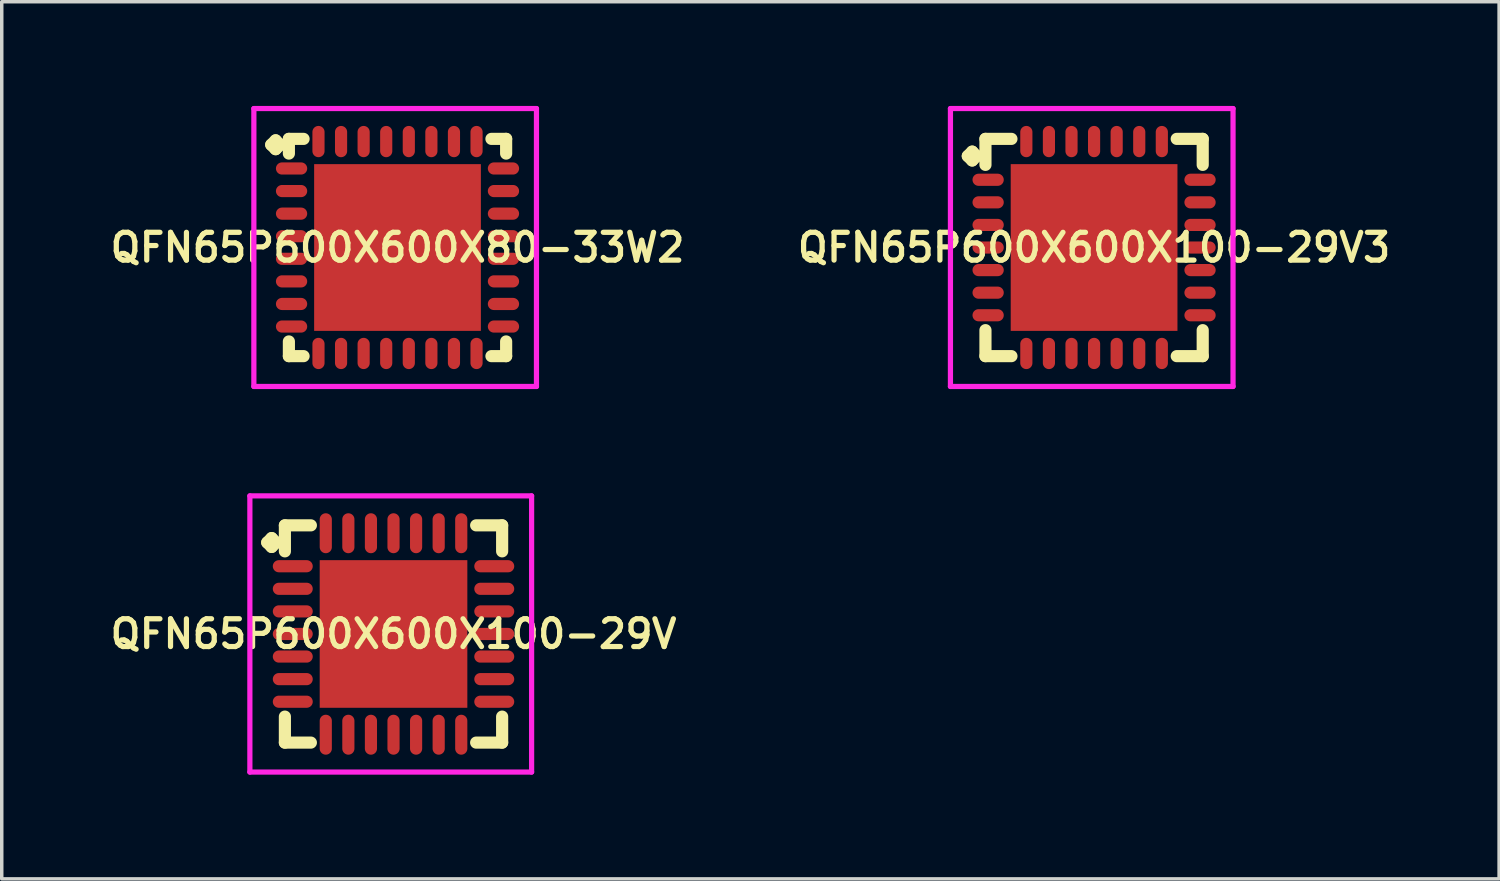
<source format=kicad_pcb>
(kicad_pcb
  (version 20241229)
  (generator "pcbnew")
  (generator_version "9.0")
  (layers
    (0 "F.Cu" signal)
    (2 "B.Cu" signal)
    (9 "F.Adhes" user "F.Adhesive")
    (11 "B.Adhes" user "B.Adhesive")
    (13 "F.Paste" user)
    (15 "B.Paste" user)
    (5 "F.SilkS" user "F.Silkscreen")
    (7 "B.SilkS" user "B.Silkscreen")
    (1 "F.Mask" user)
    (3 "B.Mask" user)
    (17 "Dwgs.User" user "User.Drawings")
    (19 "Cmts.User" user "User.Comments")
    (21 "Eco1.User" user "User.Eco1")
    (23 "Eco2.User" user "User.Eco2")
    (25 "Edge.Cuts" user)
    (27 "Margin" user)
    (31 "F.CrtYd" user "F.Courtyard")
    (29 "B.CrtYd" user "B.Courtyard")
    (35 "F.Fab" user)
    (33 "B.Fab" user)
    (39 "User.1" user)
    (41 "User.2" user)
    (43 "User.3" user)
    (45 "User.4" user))
  (footprint "QFN65P600X600X100-29V"
    (layer "F.Cu")
    (at 8.278 15.2)
    (property "Reference" "QFN65P600X600X100-29V" (at 0 0 0) (layer "F.SilkS") (effects (font (size 0.8 0.8) (thickness 0.15))))
    (attr smd)
    (fp_line (start -3.635 -2.633) (end -3.508 -2.76) (stroke (width 0.35) (type solid)) (layer "F.SilkS"))
    (fp_line (start -3.508 -2.76) (end -3.381 -2.633) (stroke (width 0.35) (type solid)) (layer "F.SilkS"))
    (fp_line (start -3.508 -2.506) (end -3.635 -2.633) (stroke (width 0.35) (type solid)) (layer "F.SilkS"))
    (fp_line (start -3.381 -2.633) (end -3.508 -2.506) (stroke (width 0.35) (type solid)) (layer "F.SilkS"))
    (fp_line (start -3.127 -3.127) (end -2.379 -3.127) (stroke (width 0.35) (type solid)) (layer "F.SilkS"))
    (fp_line (start -3.127 -2.379) (end -3.127 -3.127) (stroke (width 0.35) (type solid)) (layer "F.SilkS"))
    (fp_line (start -3.127 2.379) (end -3.127 3.127) (stroke (width 0.35) (type solid)) (layer "F.SilkS"))
    (fp_line (start -3.127 3.127) (end -2.379 3.127) (stroke (width 0.35) (type solid)) (layer "F.SilkS"))
    (fp_line (start 2.379 -3.127) (end 3.127 -3.127) (stroke (width 0.35) (type solid)) (layer "F.SilkS"))
    (fp_line (start 2.379 3.127) (end 3.127 3.127) (stroke (width 0.35) (type solid)) (layer "F.SilkS"))
    (fp_line (start 3.127 -3.127) (end 3.127 -2.379) (stroke (width 0.35) (type solid)) (layer "F.SilkS"))
    (fp_line (start 3.127 3.127) (end 3.127 2.379) (stroke (width 0.35) (type solid)) (layer "F.SilkS"))
    (fp_line (start -4.135 -3.975) (end 3.975 -3.975) (stroke (width 0.15) (type solid)) (layer "F.CrtYd"))
    (fp_line (start -4.135 3.975) (end -4.135 -3.975) (stroke (width 0.15) (type solid)) (layer "F.CrtYd"))
    (fp_line (start 3.975 -3.975) (end 3.975 3.975) (stroke (width 0.15) (type solid)) (layer "F.CrtYd"))
    (fp_line (start 3.975 3.975) (end -4.135 3.975) (stroke (width 0.15) (type solid)) (layer "F.CrtYd"))
    (pad "1" smd oval (at -2.9 -1.95) (size 1.15 0.35) (layers "F.Cu" "F.Mask" "F.Paste"))
    (pad "2" smd oval (at -2.9 -1.3) (size 1.15 0.35) (layers "F.Cu" "F.Mask" "F.Paste"))
    (pad "3" smd oval (at -2.9 -0.65) (size 1.15 0.35) (layers "F.Cu" "F.Mask" "F.Paste"))
    (pad "4" smd oval (at -2.9 0) (size 1.15 0.35) (layers "F.Cu" "F.Mask" "F.Paste"))
    (pad "5" smd oval (at -2.9 0.65) (size 1.15 0.35) (layers "F.Cu" "F.Mask" "F.Paste"))
    (pad "6" smd oval (at -2.9 1.3) (size 1.15 0.35) (layers "F.Cu" "F.Mask" "F.Paste"))
    (pad "7" smd oval (at -2.9 1.95) (size 1.15 0.35) (layers "F.Cu" "F.Mask" "F.Paste"))
    (pad "8" smd oval (at -1.95 2.9) (size 0.35 1.15) (layers "F.Cu" "F.Mask" "F.Paste"))
    (pad "9" smd oval (at -1.3 2.9) (size 0.35 1.15) (layers "F.Cu" "F.Mask" "F.Paste"))
    (pad "10" smd oval (at -0.65 2.9) (size 0.35 1.15) (layers "F.Cu" "F.Mask" "F.Paste"))
    (pad "11" smd oval (at 0 2.9) (size 0.35 1.15) (layers "F.Cu" "F.Mask" "F.Paste"))
    (pad "12" smd oval (at 0.65 2.9) (size 0.35 1.15) (layers "F.Cu" "F.Mask" "F.Paste"))
    (pad "13" smd oval (at 1.3 2.9) (size 0.35 1.15) (layers "F.Cu" "F.Mask" "F.Paste"))
    (pad "14" smd oval (at 1.95 2.9) (size 0.35 1.15) (layers "F.Cu" "F.Mask" "F.Paste"))
    (pad "15" smd oval (at 2.9 1.95) (size 1.15 0.35) (layers "F.Cu" "F.Mask" "F.Paste"))
    (pad "16" smd oval (at 2.9 1.3) (size 1.15 0.35) (layers "F.Cu" "F.Mask" "F.Paste"))
    (pad "17" smd oval (at 2.9 0.65) (size 1.15 0.35) (layers "F.Cu" "F.Mask" "F.Paste"))
    (pad "18" smd oval (at 2.9 0) (size 1.15 0.35) (layers "F.Cu" "F.Mask" "F.Paste"))
    (pad "19" smd oval (at 2.9 -0.65) (size 1.15 0.35) (layers "F.Cu" "F.Mask" "F.Paste"))
    (pad "20" smd oval (at 2.9 -1.3) (size 1.15 0.35) (layers "F.Cu" "F.Mask" "F.Paste"))
    (pad "21" smd oval (at 2.9 -1.95) (size 1.15 0.35) (layers "F.Cu" "F.Mask" "F.Paste"))
    (pad "22" smd oval (at 1.95 -2.9) (size 0.35 1.15) (layers "F.Cu" "F.Mask" "F.Paste"))
    (pad "23" smd oval (at 1.3 -2.9) (size 0.35 1.15) (layers "F.Cu" "F.Mask" "F.Paste"))
    (pad "24" smd oval (at 0.65 -2.9) (size 0.35 1.15) (layers "F.Cu" "F.Mask" "F.Paste"))
    (pad "25" smd oval (at 0 -2.9) (size 0.35 1.15) (layers "F.Cu" "F.Mask" "F.Paste"))
    (pad "26" smd oval (at -0.65 -2.9) (size 0.35 1.15) (layers "F.Cu" "F.Mask" "F.Paste"))
    (pad "27" smd oval (at -1.3 -2.9) (size 0.35 1.15) (layers "F.Cu" "F.Mask" "F.Paste"))
    (pad "28" smd oval (at -1.95 -2.9) (size 0.35 1.15) (layers "F.Cu" "F.Mask" "F.Paste"))
    (pad "29" smd rect (at 0 0) (size 4.25 4.25) (layers "F.Cu" "F.Mask" "F.Paste")))
  (footprint "QFN65P600X600X80-33W2"
    (layer "F.Cu")
    (at 8.393 4.075)
    (property "Reference" "QFN65P600X600X80-33W2" (at 0 0 0) (layer "F.SilkS") (effects (font (size 0.8 0.8) (thickness 0.15))))
    (attr smd)
    (fp_line (start -3.635 -2.958) (end -3.508 -3.085) (stroke (width 0.35) (type solid)) (layer "F.SilkS"))
    (fp_line (start -3.508 -3.085) (end -3.381 -2.958) (stroke (width 0.35) (type solid)) (layer "F.SilkS"))
    (fp_line (start -3.508 -2.831) (end -3.635 -2.958) (stroke (width 0.35) (type solid)) (layer "F.SilkS"))
    (fp_line (start -3.381 -2.958) (end -3.508 -2.831) (stroke (width 0.35) (type solid)) (layer "F.SilkS"))
    (fp_line (start -3.127 -3.127) (end -2.704 -3.127) (stroke (width 0.35) (type solid)) (layer "F.SilkS"))
    (fp_line (start -3.127 -2.704) (end -3.127 -3.127) (stroke (width 0.35) (type solid)) (layer "F.SilkS"))
    (fp_line (start -3.127 2.704) (end -3.127 3.127) (stroke (width 0.35) (type solid)) (layer "F.SilkS"))
    (fp_line (start -3.127 3.127) (end -2.704 3.127) (stroke (width 0.35) (type solid)) (layer "F.SilkS"))
    (fp_line (start 2.704 -3.127) (end 3.127 -3.127) (stroke (width 0.35) (type solid)) (layer "F.SilkS"))
    (fp_line (start 2.704 3.127) (end 3.127 3.127) (stroke (width 0.35) (type solid)) (layer "F.SilkS"))
    (fp_line (start 3.127 -3.127) (end 3.127 -2.704) (stroke (width 0.35) (type solid)) (layer "F.SilkS"))
    (fp_line (start 3.127 3.127) (end 3.127 2.704) (stroke (width 0.35) (type solid)) (layer "F.SilkS"))
    (fp_line (start -4.135 -4) (end 4 -4) (stroke (width 0.15) (type solid)) (layer "F.CrtYd"))
    (fp_line (start -4.135 4) (end -4.135 -4) (stroke (width 0.15) (type solid)) (layer "F.CrtYd"))
    (fp_line (start 4 -4) (end 4 4) (stroke (width 0.15) (type solid)) (layer "F.CrtYd"))
    (fp_line (start 4 4) (end -4.135 4) (stroke (width 0.15) (type solid)) (layer "F.CrtYd"))
    (pad "1" smd oval (at -3.05 -2.275) (size 0.9 0.35) (layers "F.Cu" "F.Mask" "F.Paste"))
    (pad "2" smd oval (at -3.05 -1.625) (size 0.9 0.35) (layers "F.Cu" "F.Mask" "F.Paste"))
    (pad "3" smd oval (at -3.05 -0.975) (size 0.9 0.35) (layers "F.Cu" "F.Mask" "F.Paste"))
    (pad "4" smd oval (at -3.05 -0.325) (size 0.9 0.35) (layers "F.Cu" "F.Mask" "F.Paste"))
    (pad "5" smd oval (at -3.05 0.325) (size 0.9 0.35) (layers "F.Cu" "F.Mask" "F.Paste"))
    (pad "6" smd oval (at -3.05 0.975) (size 0.9 0.35) (layers "F.Cu" "F.Mask" "F.Paste"))
    (pad "7" smd oval (at -3.05 1.625) (size 0.9 0.35) (layers "F.Cu" "F.Mask" "F.Paste"))
    (pad "8" smd oval (at -3.05 2.275) (size 0.9 0.35) (layers "F.Cu" "F.Mask" "F.Paste"))
    (pad "9" smd oval (at -2.275 3.05) (size 0.35 0.9) (layers "F.Cu" "F.Mask" "F.Paste"))
    (pad "10" smd oval (at -1.625 3.05) (size 0.35 0.9) (layers "F.Cu" "F.Mask" "F.Paste"))
    (pad "11" smd oval (at -0.975 3.05) (size 0.35 0.9) (layers "F.Cu" "F.Mask" "F.Paste"))
    (pad "12" smd oval (at -0.325 3.05) (size 0.35 0.9) (layers "F.Cu" "F.Mask" "F.Paste"))
    (pad "13" smd oval (at 0.325 3.05) (size 0.35 0.9) (layers "F.Cu" "F.Mask" "F.Paste"))
    (pad "14" smd oval (at 0.975 3.05) (size 0.35 0.9) (layers "F.Cu" "F.Mask" "F.Paste"))
    (pad "15" smd oval (at 1.625 3.05) (size 0.35 0.9) (layers "F.Cu" "F.Mask" "F.Paste"))
    (pad "16" smd oval (at 2.275 3.05) (size 0.35 0.9) (layers "F.Cu" "F.Mask" "F.Paste"))
    (pad "17" smd oval (at 3.05 2.275) (size 0.9 0.35) (layers "F.Cu" "F.Mask" "F.Paste"))
    (pad "18" smd oval (at 3.05 1.625) (size 0.9 0.35) (layers "F.Cu" "F.Mask" "F.Paste"))
    (pad "19" smd oval (at 3.05 0.975) (size 0.9 0.35) (layers "F.Cu" "F.Mask" "F.Paste"))
    (pad "20" smd oval (at 3.05 0.325) (size 0.9 0.35) (layers "F.Cu" "F.Mask" "F.Paste"))
    (pad "21" smd oval (at 3.05 -0.325) (size 0.9 0.35) (layers "F.Cu" "F.Mask" "F.Paste"))
    (pad "22" smd oval (at 3.05 -0.975) (size 0.9 0.35) (layers "F.Cu" "F.Mask" "F.Paste"))
    (pad "23" smd oval (at 3.05 -1.625) (size 0.9 0.35) (layers "F.Cu" "F.Mask" "F.Paste"))
    (pad "24" smd oval (at 3.05 -2.275) (size 0.9 0.35) (layers "F.Cu" "F.Mask" "F.Paste"))
    (pad "25" smd oval (at 2.275 -3.05) (size 0.35 0.9) (layers "F.Cu" "F.Mask" "F.Paste"))
    (pad "26" smd oval (at 1.625 -3.05) (size 0.35 0.9) (layers "F.Cu" "F.Mask" "F.Paste"))
    (pad "27" smd oval (at 0.975 -3.05) (size 0.35 0.9) (layers "F.Cu" "F.Mask" "F.Paste"))
    (pad "28" smd oval (at 0.325 -3.05) (size 0.35 0.9) (layers "F.Cu" "F.Mask" "F.Paste"))
    (pad "29" smd oval (at -0.325 -3.05) (size 0.35 0.9) (layers "F.Cu" "F.Mask" "F.Paste"))
    (pad "30" smd oval (at -0.975 -3.05) (size 0.35 0.9) (layers "F.Cu" "F.Mask" "F.Paste"))
    (pad "31" smd oval (at -1.625 -3.05) (size 0.35 0.9) (layers "F.Cu" "F.Mask" "F.Paste"))
    (pad "32" smd oval (at -2.275 -3.05) (size 0.35 0.9) (layers "F.Cu" "F.Mask" "F.Paste"))
    (pad "33" smd rect (at 0 0) (size 4.8 4.8) (layers "F.Cu" "F.Mask" "F.Paste")))
  (footprint "QFN65P600X600X100-29V3"
    (layer "F.Cu")
    (at 28.445 4.075)
    (property "Reference" "QFN65P600X600X100-29V3" (at 0 0 0) (layer "F.SilkS") (effects (font (size 0.8 0.8) (thickness 0.15))))
    (attr smd)
    (fp_line (start -3.635 -2.633) (end -3.508 -2.76) (stroke (width 0.35) (type solid)) (layer "F.SilkS"))
    (fp_line (start -3.508 -2.76) (end -3.381 -2.633) (stroke (width 0.35) (type solid)) (layer "F.SilkS"))
    (fp_line (start -3.508 -2.506) (end -3.635 -2.633) (stroke (width 0.35) (type solid)) (layer "F.SilkS"))
    (fp_line (start -3.381 -2.633) (end -3.508 -2.506) (stroke (width 0.35) (type solid)) (layer "F.SilkS"))
    (fp_line (start -3.127 -3.127) (end -2.379 -3.127) (stroke (width 0.35) (type solid)) (layer "F.SilkS"))
    (fp_line (start -3.127 -2.379) (end -3.127 -3.127) (stroke (width 0.35) (type solid)) (layer "F.SilkS"))
    (fp_line (start -3.127 2.379) (end -3.127 3.127) (stroke (width 0.35) (type solid)) (layer "F.SilkS"))
    (fp_line (start -3.127 3.127) (end -2.379 3.127) (stroke (width 0.35) (type solid)) (layer "F.SilkS"))
    (fp_line (start 2.379 -3.127) (end 3.127 -3.127) (stroke (width 0.35) (type solid)) (layer "F.SilkS"))
    (fp_line (start 2.379 3.127) (end 3.127 3.127) (stroke (width 0.35) (type solid)) (layer "F.SilkS"))
    (fp_line (start 3.127 -3.127) (end 3.127 -2.379) (stroke (width 0.35) (type solid)) (layer "F.SilkS"))
    (fp_line (start 3.127 3.127) (end 3.127 2.379) (stroke (width 0.35) (type solid)) (layer "F.SilkS"))
    (fp_line (start -4.135 -4) (end 4 -4) (stroke (width 0.15) (type solid)) (layer "F.CrtYd"))
    (fp_line (start -4.135 4) (end -4.135 -4) (stroke (width 0.15) (type solid)) (layer "F.CrtYd"))
    (fp_line (start 4 -4) (end 4 4) (stroke (width 0.15) (type solid)) (layer "F.CrtYd"))
    (fp_line (start 4 4) (end -4.135 4) (stroke (width 0.15) (type solid)) (layer "F.CrtYd"))
    (pad "1" smd oval (at -3.05 -1.95) (size 0.9 0.35) (layers "F.Cu" "F.Mask" "F.Paste"))
    (pad "2" smd oval (at -3.05 -1.3) (size 0.9 0.35) (layers "F.Cu" "F.Mask" "F.Paste"))
    (pad "3" smd oval (at -3.05 -0.65) (size 0.9 0.35) (layers "F.Cu" "F.Mask" "F.Paste"))
    (pad "4" smd oval (at -3.05 0) (size 0.9 0.35) (layers "F.Cu" "F.Mask" "F.Paste"))
    (pad "5" smd oval (at -3.05 0.65) (size 0.9 0.35) (layers "F.Cu" "F.Mask" "F.Paste"))
    (pad "6" smd oval (at -3.05 1.3) (size 0.9 0.35) (layers "F.Cu" "F.Mask" "F.Paste"))
    (pad "7" smd oval (at -3.05 1.95) (size 0.9 0.35) (layers "F.Cu" "F.Mask" "F.Paste"))
    (pad "8" smd oval (at -1.95 3.05) (size 0.35 0.9) (layers "F.Cu" "F.Mask" "F.Paste"))
    (pad "9" smd oval (at -1.3 3.05) (size 0.35 0.9) (layers "F.Cu" "F.Mask" "F.Paste"))
    (pad "10" smd oval (at -0.65 3.05) (size 0.35 0.9) (layers "F.Cu" "F.Mask" "F.Paste"))
    (pad "11" smd oval (at 0 3.05) (size 0.35 0.9) (layers "F.Cu" "F.Mask" "F.Paste"))
    (pad "12" smd oval (at 0.65 3.05) (size 0.35 0.9) (layers "F.Cu" "F.Mask" "F.Paste"))
    (pad "13" smd oval (at 1.3 3.05) (size 0.35 0.9) (layers "F.Cu" "F.Mask" "F.Paste"))
    (pad "14" smd oval (at 1.95 3.05) (size 0.35 0.9) (layers "F.Cu" "F.Mask" "F.Paste"))
    (pad "15" smd oval (at 3.05 1.95) (size 0.9 0.35) (layers "F.Cu" "F.Mask" "F.Paste"))
    (pad "16" smd oval (at 3.05 1.3) (size 0.9 0.35) (layers "F.Cu" "F.Mask" "F.Paste"))
    (pad "17" smd oval (at 3.05 0.65) (size 0.9 0.35) (layers "F.Cu" "F.Mask" "F.Paste"))
    (pad "18" smd oval (at 3.05 0) (size 0.9 0.35) (layers "F.Cu" "F.Mask" "F.Paste"))
    (pad "19" smd oval (at 3.05 -0.65) (size 0.9 0.35) (layers "F.Cu" "F.Mask" "F.Paste"))
    (pad "20" smd oval (at 3.05 -1.3) (size 0.9 0.35) (layers "F.Cu" "F.Mask" "F.Paste"))
    (pad "21" smd oval (at 3.05 -1.95) (size 0.9 0.35) (layers "F.Cu" "F.Mask" "F.Paste"))
    (pad "22" smd oval (at 1.95 -3.05) (size 0.35 0.9) (layers "F.Cu" "F.Mask" "F.Paste"))
    (pad "23" smd oval (at 1.3 -3.05) (size 0.35 0.9) (layers "F.Cu" "F.Mask" "F.Paste"))
    (pad "24" smd oval (at 0.65 -3.05) (size 0.35 0.9) (layers "F.Cu" "F.Mask" "F.Paste"))
    (pad "25" smd oval (at 0 -3.05) (size 0.35 0.9) (layers "F.Cu" "F.Mask" "F.Paste"))
    (pad "26" smd oval (at -0.65 -3.05) (size 0.35 0.9) (layers "F.Cu" "F.Mask" "F.Paste"))
    (pad "27" smd oval (at -1.3 -3.05) (size 0.35 0.9) (layers "F.Cu" "F.Mask" "F.Paste"))
    (pad "28" smd oval (at -1.95 -3.05) (size 0.35 0.9) (layers "F.Cu" "F.Mask" "F.Paste"))
    (pad "29" smd rect (at 0 0) (size 4.8 4.8) (layers "F.Cu" "F.Mask" "F.Paste")))
  (gr_rect
    (start -3 -3)
    (end 40.104 22.25)
    (stroke (width 0.1) (type default))
    (fill no)
    (layer "Edge.Cuts")))
</source>
